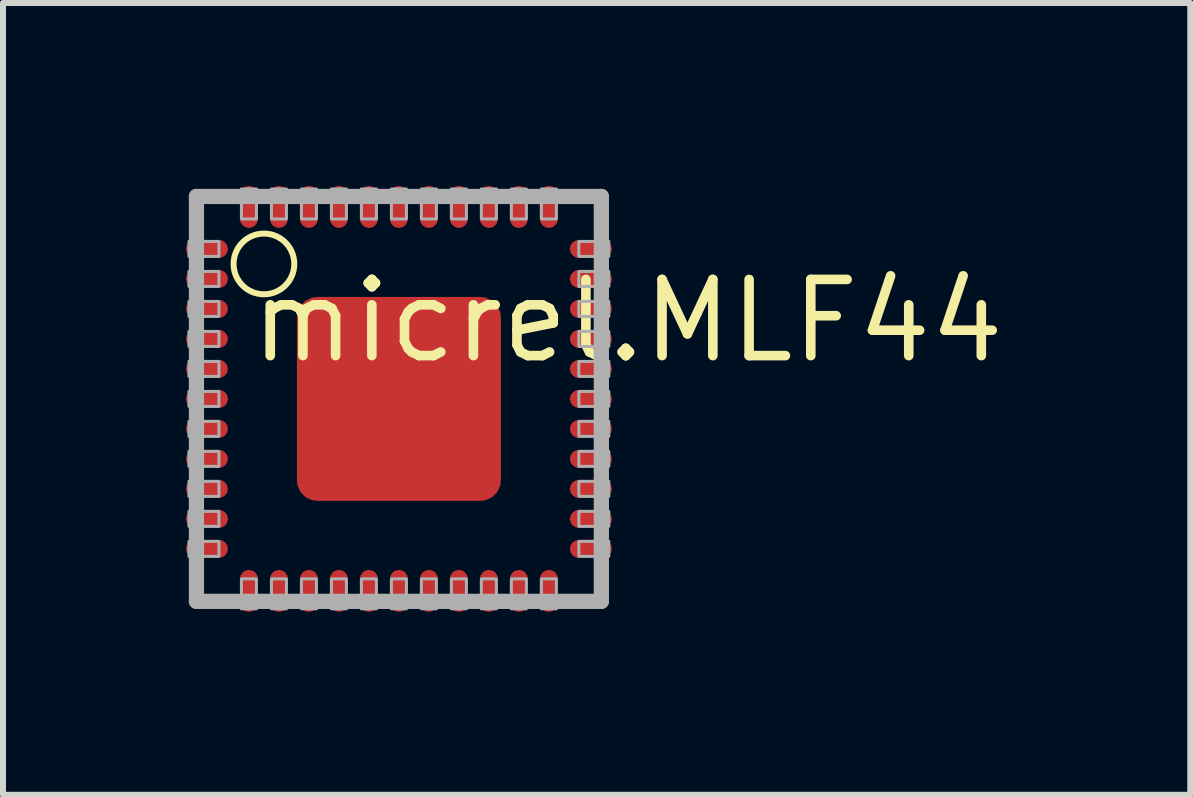
<source format=kicad_pcb>
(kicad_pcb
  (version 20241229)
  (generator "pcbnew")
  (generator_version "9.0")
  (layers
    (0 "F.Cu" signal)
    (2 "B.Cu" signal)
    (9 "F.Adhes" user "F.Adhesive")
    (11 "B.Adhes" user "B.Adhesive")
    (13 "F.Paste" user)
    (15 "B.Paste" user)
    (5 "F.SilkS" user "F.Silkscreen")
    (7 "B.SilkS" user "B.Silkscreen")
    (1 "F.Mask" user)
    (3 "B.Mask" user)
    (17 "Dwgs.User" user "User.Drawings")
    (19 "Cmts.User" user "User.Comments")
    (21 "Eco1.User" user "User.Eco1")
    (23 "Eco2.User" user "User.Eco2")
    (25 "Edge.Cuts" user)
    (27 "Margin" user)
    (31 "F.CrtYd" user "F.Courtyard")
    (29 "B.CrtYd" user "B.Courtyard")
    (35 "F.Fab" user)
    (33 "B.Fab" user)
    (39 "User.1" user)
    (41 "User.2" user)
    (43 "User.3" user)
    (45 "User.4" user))
  (footprint "micrel.MLF44"
    (layer "F.Cu")
    (at 3.6 3.6)
    (property "Reference" "micrel.MLF44" (at -2.552 -0.558 0) (layer "F.SilkS") (effects (font (size 1.27 1.27) (thickness 0.16)) (justify left bottom)))
    (attr smd)
    (fp_rect (start -3.575 -2.325) (end -2.825 -2.675) (stroke (width 0.05) (type default)) (fill yes) (layer "F.Mask"))
    (fp_rect (start -3.575 -1.825) (end -2.825 -2.175) (stroke (width 0.05) (type default)) (fill yes) (layer "F.Mask"))
    (fp_rect (start -3.575 -1.325) (end -2.825 -1.675) (stroke (width 0.05) (type default)) (fill yes) (layer "F.Mask"))
    (fp_rect (start -3.575 -0.825) (end -2.825 -1.175) (stroke (width 0.05) (type default)) (fill yes) (layer "F.Mask"))
    (fp_rect (start -3.575 -0.325) (end -2.825 -0.675) (stroke (width 0.05) (type default)) (fill yes) (layer "F.Mask"))
    (fp_rect (start -3.575 0.175) (end -2.825 -0.175) (stroke (width 0.05) (type default)) (fill yes) (layer "F.Mask"))
    (fp_rect (start -3.575 0.675) (end -2.825 0.325) (stroke (width 0.05) (type default)) (fill yes) (layer "F.Mask"))
    (fp_rect (start -3.575 1.175) (end -2.825 0.825) (stroke (width 0.05) (type default)) (fill yes) (layer "F.Mask"))
    (fp_rect (start -3.575 1.675) (end -2.825 1.325) (stroke (width 0.05) (type default)) (fill yes) (layer "F.Mask"))
    (fp_rect (start -3.575 2.175) (end -2.825 1.825) (stroke (width 0.05) (type default)) (fill yes) (layer "F.Mask"))
    (fp_rect (start -3.575 2.675) (end -2.825 2.325) (stroke (width 0.05) (type default)) (fill yes) (layer "F.Mask"))
    (fp_rect (start -2.675 -2.825) (end -2.325 -3.575) (stroke (width 0.05) (type default)) (fill yes) (layer "F.Mask"))
    (fp_rect (start -2.675 3.575) (end -2.325 2.825) (stroke (width 0.05) (type default)) (fill yes) (layer "F.Mask"))
    (fp_rect (start -2.175 -2.825) (end -1.825 -3.575) (stroke (width 0.05) (type default)) (fill yes) (layer "F.Mask"))
    (fp_rect (start -2.175 3.575) (end -1.825 2.825) (stroke (width 0.05) (type default)) (fill yes) (layer "F.Mask"))
    (fp_rect (start -1.75 1.875) (end 1.75 -1.75) (stroke (width 0.05) (type default)) (fill yes) (layer "F.Mask"))
    (fp_rect (start -1.675 -2.825) (end -1.325 -3.575) (stroke (width 0.05) (type default)) (fill yes) (layer "F.Mask"))
    (fp_rect (start -1.675 3.575) (end -1.325 2.825) (stroke (width 0.05) (type default)) (fill yes) (layer "F.Mask"))
    (fp_rect (start -1.175 -2.825) (end -0.825 -3.575) (stroke (width 0.05) (type default)) (fill yes) (layer "F.Mask"))
    (fp_rect (start -1.175 3.575) (end -0.825 2.825) (stroke (width 0.05) (type default)) (fill yes) (layer "F.Mask"))
    (fp_rect (start -0.675 -2.825) (end -0.325 -3.575) (stroke (width 0.05) (type default)) (fill yes) (layer "F.Mask"))
    (fp_rect (start -0.675 3.575) (end -0.325 2.825) (stroke (width 0.05) (type default)) (fill yes) (layer "F.Mask"))
    (fp_rect (start -0.175 -2.825) (end 0.175 -3.575) (stroke (width 0.05) (type default)) (fill yes) (layer "F.Mask"))
    (fp_rect (start -0.175 3.575) (end 0.175 2.825) (stroke (width 0.05) (type default)) (fill yes) (layer "F.Mask"))
    (fp_rect (start 0.325 -2.825) (end 0.675 -3.575) (stroke (width 0.05) (type default)) (fill yes) (layer "F.Mask"))
    (fp_rect (start 0.325 3.575) (end 0.675 2.825) (stroke (width 0.05) (type default)) (fill yes) (layer "F.Mask"))
    (fp_rect (start 0.825 -2.825) (end 1.175 -3.575) (stroke (width 0.05) (type default)) (fill yes) (layer "F.Mask"))
    (fp_rect (start 0.825 3.575) (end 1.175 2.825) (stroke (width 0.05) (type default)) (fill yes) (layer "F.Mask"))
    (fp_rect (start 1.325 -2.825) (end 1.675 -3.575) (stroke (width 0.05) (type default)) (fill yes) (layer "F.Mask"))
    (fp_rect (start 1.325 3.575) (end 1.675 2.825) (stroke (width 0.05) (type default)) (fill yes) (layer "F.Mask"))
    (fp_rect (start 1.825 -2.825) (end 2.175 -3.575) (stroke (width 0.05) (type default)) (fill yes) (layer "F.Mask"))
    (fp_rect (start 1.825 3.575) (end 2.175 2.825) (stroke (width 0.05) (type default)) (fill yes) (layer "F.Mask"))
    (fp_rect (start 2.325 -2.825) (end 2.675 -3.575) (stroke (width 0.05) (type default)) (fill yes) (layer "F.Mask"))
    (fp_rect (start 2.325 3.575) (end 2.675 2.825) (stroke (width 0.05) (type default)) (fill yes) (layer "F.Mask"))
    (fp_rect (start 2.825 -2.325) (end 3.575 -2.675) (stroke (width 0.05) (type default)) (fill yes) (layer "F.Mask"))
    (fp_rect (start 2.825 -1.825) (end 3.575 -2.175) (stroke (width 0.05) (type default)) (fill yes) (layer "F.Mask"))
    (fp_rect (start 2.825 -1.325) (end 3.575 -1.675) (stroke (width 0.05) (type default)) (fill yes) (layer "F.Mask"))
    (fp_rect (start 2.825 -0.825) (end 3.575 -1.175) (stroke (width 0.05) (type default)) (fill yes) (layer "F.Mask"))
    (fp_rect (start 2.825 -0.325) (end 3.575 -0.675) (stroke (width 0.05) (type default)) (fill yes) (layer "F.Mask"))
    (fp_rect (start 2.825 0.175) (end 3.575 -0.175) (stroke (width 0.05) (type default)) (fill yes) (layer "F.Mask"))
    (fp_rect (start 2.825 0.675) (end 3.575 0.325) (stroke (width 0.05) (type default)) (fill yes) (layer "F.Mask"))
    (fp_rect (start 2.825 1.175) (end 3.575 0.825) (stroke (width 0.05) (type default)) (fill yes) (layer "F.Mask"))
    (fp_rect (start 2.825 1.675) (end 3.575 1.325) (stroke (width 0.05) (type default)) (fill yes) (layer "F.Mask"))
    (fp_rect (start 2.825 2.175) (end 3.575 1.825) (stroke (width 0.05) (type default)) (fill yes) (layer "F.Mask"))
    (fp_rect (start 2.825 2.675) (end 3.575 2.325) (stroke (width 0.05) (type default)) (fill yes) (layer "F.Mask"))
    (fp_circle (center -2.25 -2.25) (end -1.744 -2.25) (stroke (width 0.1) (type default)) (fill no) (layer "F.SilkS"))
    (fp_rect (start -3.525 -2.375) (end -2.875 -2.625) (stroke (width 0.05) (type default)) (fill yes) (layer "F.Paste"))
    (fp_rect (start -3.525 -1.875) (end -2.875 -2.125) (stroke (width 0.05) (type default)) (fill yes) (layer "F.Paste"))
    (fp_rect (start -3.525 -1.375) (end -2.875 -1.625) (stroke (width 0.05) (type default)) (fill yes) (layer "F.Paste"))
    (fp_rect (start -3.525 -0.875) (end -2.875 -1.125) (stroke (width 0.05) (type default)) (fill yes) (layer "F.Paste"))
    (fp_rect (start -3.525 -0.375) (end -2.875 -0.625) (stroke (width 0.05) (type default)) (fill yes) (layer "F.Paste"))
    (fp_rect (start -3.525 0.125) (end -2.875 -0.125) (stroke (width 0.05) (type default)) (fill yes) (layer "F.Paste"))
    (fp_rect (start -3.525 0.625) (end -2.875 0.375) (stroke (width 0.05) (type default)) (fill yes) (layer "F.Paste"))
    (fp_rect (start -3.525 1.125) (end -2.875 0.875) (stroke (width 0.05) (type default)) (fill yes) (layer "F.Paste"))
    (fp_rect (start -3.525 1.625) (end -2.875 1.375) (stroke (width 0.05) (type default)) (fill yes) (layer "F.Paste"))
    (fp_rect (start -3.525 2.125) (end -2.875 1.875) (stroke (width 0.05) (type default)) (fill yes) (layer "F.Paste"))
    (fp_rect (start -3.525 2.625) (end -2.875 2.375) (stroke (width 0.05) (type default)) (fill yes) (layer "F.Paste"))
    (fp_rect (start -2.625 -2.875) (end -2.375 -3.525) (stroke (width 0.05) (type default)) (fill yes) (layer "F.Paste"))
    (fp_rect (start -2.625 3.525) (end -2.375 2.875) (stroke (width 0.05) (type default)) (fill yes) (layer "F.Paste"))
    (fp_rect (start -2.125 -2.875) (end -1.875 -3.525) (stroke (width 0.05) (type default)) (fill yes) (layer "F.Paste"))
    (fp_rect (start -2.125 3.525) (end -1.875 2.875) (stroke (width 0.05) (type default)) (fill yes) (layer "F.Paste"))
    (fp_rect (start -1.625 -2.875) (end -1.375 -3.525) (stroke (width 0.05) (type default)) (fill yes) (layer "F.Paste"))
    (fp_rect (start -1.625 3.525) (end -1.375 2.875) (stroke (width 0.05) (type default)) (fill yes) (layer "F.Paste"))
    (fp_rect (start -1.375 1.375) (end 1.375 -1.375) (stroke (width 0.05) (type default)) (fill yes) (layer "F.Paste"))
    (fp_rect (start -1.125 -2.875) (end -0.875 -3.525) (stroke (width 0.05) (type default)) (fill yes) (layer "F.Paste"))
    (fp_rect (start -1.125 3.525) (end -0.875 2.875) (stroke (width 0.05) (type default)) (fill yes) (layer "F.Paste"))
    (fp_rect (start -0.625 -2.875) (end -0.375 -3.525) (stroke (width 0.05) (type default)) (fill yes) (layer "F.Paste"))
    (fp_rect (start -0.625 3.525) (end -0.375 2.875) (stroke (width 0.05) (type default)) (fill yes) (layer "F.Paste"))
    (fp_rect (start -0.125 -2.875) (end 0.125 -3.525) (stroke (width 0.05) (type default)) (fill yes) (layer "F.Paste"))
    (fp_rect (start -0.125 3.525) (end 0.125 2.875) (stroke (width 0.05) (type default)) (fill yes) (layer "F.Paste"))
    (fp_rect (start 0.375 -2.875) (end 0.625 -3.525) (stroke (width 0.05) (type default)) (fill yes) (layer "F.Paste"))
    (fp_rect (start 0.375 3.525) (end 0.625 2.875) (stroke (width 0.05) (type default)) (fill yes) (layer "F.Paste"))
    (fp_rect (start 0.875 -2.875) (end 1.125 -3.525) (stroke (width 0.05) (type default)) (fill yes) (layer "F.Paste"))
    (fp_rect (start 0.875 3.525) (end 1.125 2.875) (stroke (width 0.05) (type default)) (fill yes) (layer "F.Paste"))
    (fp_rect (start 1.375 -2.875) (end 1.625 -3.525) (stroke (width 0.05) (type default)) (fill yes) (layer "F.Paste"))
    (fp_rect (start 1.375 3.525) (end 1.625 2.875) (stroke (width 0.05) (type default)) (fill yes) (layer "F.Paste"))
    (fp_rect (start 1.875 -2.875) (end 2.125 -3.525) (stroke (width 0.05) (type default)) (fill yes) (layer "F.Paste"))
    (fp_rect (start 1.875 3.525) (end 2.125 2.875) (stroke (width 0.05) (type default)) (fill yes) (layer "F.Paste"))
    (fp_rect (start 2.375 -2.875) (end 2.625 -3.525) (stroke (width 0.05) (type default)) (fill yes) (layer "F.Paste"))
    (fp_rect (start 2.375 3.525) (end 2.625 2.875) (stroke (width 0.05) (type default)) (fill yes) (layer "F.Paste"))
    (fp_rect (start 2.875 -2.375) (end 3.525 -2.625) (stroke (width 0.05) (type default)) (fill yes) (layer "F.Paste"))
    (fp_rect (start 2.875 -1.875) (end 3.525 -2.125) (stroke (width 0.05) (type default)) (fill yes) (layer "F.Paste"))
    (fp_rect (start 2.875 -1.375) (end 3.525 -1.625) (stroke (width 0.05) (type default)) (fill yes) (layer "F.Paste"))
    (fp_rect (start 2.875 -0.875) (end 3.525 -1.125) (stroke (width 0.05) (type default)) (fill yes) (layer "F.Paste"))
    (fp_rect (start 2.875 -0.375) (end 3.525 -0.625) (stroke (width 0.05) (type default)) (fill yes) (layer "F.Paste"))
    (fp_rect (start 2.875 0.125) (end 3.525 -0.125) (stroke (width 0.05) (type default)) (fill yes) (layer "F.Paste"))
    (fp_rect (start 2.875 0.625) (end 3.525 0.375) (stroke (width 0.05) (type default)) (fill yes) (layer "F.Paste"))
    (fp_rect (start 2.875 1.125) (end 3.525 0.875) (stroke (width 0.05) (type default)) (fill yes) (layer "F.Paste"))
    (fp_rect (start 2.875 1.625) (end 3.525 1.375) (stroke (width 0.05) (type default)) (fill yes) (layer "F.Paste"))
    (fp_rect (start 2.875 2.125) (end 3.525 1.875) (stroke (width 0.05) (type default)) (fill yes) (layer "F.Paste"))
    (fp_rect (start 2.875 2.625) (end 3.525 2.375) (stroke (width 0.05) (type default)) (fill yes) (layer "F.Paste"))
    (fp_line (start -3.375 -3.375) (end 3.375 -3.375) (stroke (width 0.254) (type default)) (layer "F.Fab"))
    (fp_line (start -3.375 3.375) (end -3.375 -3.375) (stroke (width 0.254) (type default)) (layer "F.Fab"))
    (fp_line (start 3.375 -3.375) (end 3.375 3.375) (stroke (width 0.254) (type default)) (layer "F.Fab"))
    (fp_line (start 3.375 3.375) (end -3.375 3.375) (stroke (width 0.254) (type default)) (layer "F.Fab"))
    (fp_rect (start -3.5 -2.375) (end -3 -2.625) (stroke (width 0.05) (type default)) (fill no) (layer "F.Fab"))
    (fp_rect (start -3.5 -1.875) (end -3 -2.125) (stroke (width 0.05) (type default)) (fill no) (layer "F.Fab"))
    (fp_rect (start -3.5 -1.375) (end -3 -1.625) (stroke (width 0.05) (type default)) (fill no) (layer "F.Fab"))
    (fp_rect (start -3.5 -0.875) (end -3 -1.125) (stroke (width 0.05) (type default)) (fill no) (layer "F.Fab"))
    (fp_rect (start -3.5 -0.375) (end -3 -0.625) (stroke (width 0.05) (type default)) (fill no) (layer "F.Fab"))
    (fp_rect (start -3.5 0.125) (end -3 -0.125) (stroke (width 0.05) (type default)) (fill no) (layer "F.Fab"))
    (fp_rect (start -3.5 0.625) (end -3 0.375) (stroke (width 0.05) (type default)) (fill no) (layer "F.Fab"))
    (fp_rect (start -3.5 1.125) (end -3 0.875) (stroke (width 0.05) (type default)) (fill no) (layer "F.Fab"))
    (fp_rect (start -3.5 1.625) (end -3 1.375) (stroke (width 0.05) (type default)) (fill no) (layer "F.Fab"))
    (fp_rect (start -3.5 2.125) (end -3 1.875) (stroke (width 0.05) (type default)) (fill no) (layer "F.Fab"))
    (fp_rect (start -3.5 2.625) (end -3 2.375) (stroke (width 0.05) (type default)) (fill no) (layer "F.Fab"))
    (fp_rect (start -2.625 -3) (end -2.375 -3.5) (stroke (width 0.05) (type default)) (fill no) (layer "F.Fab"))
    (fp_rect (start -2.625 3.5) (end -2.375 3) (stroke (width 0.05) (type default)) (fill no) (layer "F.Fab"))
    (fp_rect (start -2.125 -3) (end -1.875 -3.5) (stroke (width 0.05) (type default)) (fill no) (layer "F.Fab"))
    (fp_rect (start -2.125 3.5) (end -1.875 3) (stroke (width 0.05) (type default)) (fill no) (layer "F.Fab"))
    (fp_rect (start -1.625 -3) (end -1.375 -3.5) (stroke (width 0.05) (type default)) (fill no) (layer "F.Fab"))
    (fp_rect (start -1.625 3.5) (end -1.375 3) (stroke (width 0.05) (type default)) (fill no) (layer "F.Fab"))
    (fp_rect (start -1.125 -3) (end -0.875 -3.5) (stroke (width 0.05) (type default)) (fill no) (layer "F.Fab"))
    (fp_rect (start -1.125 3.5) (end -0.875 3) (stroke (width 0.05) (type default)) (fill no) (layer "F.Fab"))
    (fp_rect (start -0.625 -3) (end -0.375 -3.5) (stroke (width 0.05) (type default)) (fill no) (layer "F.Fab"))
    (fp_rect (start -0.625 3.5) (end -0.375 3) (stroke (width 0.05) (type default)) (fill no) (layer "F.Fab"))
    (fp_rect (start -0.125 -3) (end 0.125 -3.5) (stroke (width 0.05) (type default)) (fill no) (layer "F.Fab"))
    (fp_rect (start -0.125 3.5) (end 0.125 3) (stroke (width 0.05) (type default)) (fill no) (layer "F.Fab"))
    (fp_rect (start 0.375 -3) (end 0.625 -3.5) (stroke (width 0.05) (type default)) (fill no) (layer "F.Fab"))
    (fp_rect (start 0.375 3.5) (end 0.625 3) (stroke (width 0.05) (type default)) (fill no) (layer "F.Fab"))
    (fp_rect (start 0.875 -3) (end 1.125 -3.5) (stroke (width 0.05) (type default)) (fill no) (layer "F.Fab"))
    (fp_rect (start 0.875 3.5) (end 1.125 3) (stroke (width 0.05) (type default)) (fill no) (layer "F.Fab"))
    (fp_rect (start 1.375 -3) (end 1.625 -3.5) (stroke (width 0.05) (type default)) (fill no) (layer "F.Fab"))
    (fp_rect (start 1.375 3.5) (end 1.625 3) (stroke (width 0.05) (type default)) (fill no) (layer "F.Fab"))
    (fp_rect (start 1.875 -3) (end 2.125 -3.5) (stroke (width 0.05) (type default)) (fill no) (layer "F.Fab"))
    (fp_rect (start 1.875 3.5) (end 2.125 3) (stroke (width 0.05) (type default)) (fill no) (layer "F.Fab"))
    (fp_rect (start 2.375 -3) (end 2.625 -3.5) (stroke (width 0.05) (type default)) (fill no) (layer "F.Fab"))
    (fp_rect (start 2.375 3.5) (end 2.625 3) (stroke (width 0.05) (type default)) (fill no) (layer "F.Fab"))
    (fp_rect (start 3 -2.375) (end 3.5 -2.625) (stroke (width 0.05) (type default)) (fill no) (layer "F.Fab"))
    (fp_rect (start 3 -1.875) (end 3.5 -2.125) (stroke (width 0.05) (type default)) (fill no) (layer "F.Fab"))
    (fp_rect (start 3 -1.375) (end 3.5 -1.625) (stroke (width 0.05) (type default)) (fill no) (layer "F.Fab"))
    (fp_rect (start 3 -0.875) (end 3.5 -1.125) (stroke (width 0.05) (type default)) (fill no) (layer "F.Fab"))
    (fp_rect (start 3 -0.375) (end 3.5 -0.625) (stroke (width 0.05) (type default)) (fill no) (layer "F.Fab"))
    (fp_rect (start 3 0.125) (end 3.5 -0.125) (stroke (width 0.05) (type default)) (fill no) (layer "F.Fab"))
    (fp_rect (start 3 0.625) (end 3.5 0.375) (stroke (width 0.05) (type default)) (fill no) (layer "F.Fab"))
    (fp_rect (start 3 1.125) (end 3.5 0.875) (stroke (width 0.05) (type default)) (fill no) (layer "F.Fab"))
    (fp_rect (start 3 1.625) (end 3.5 1.375) (stroke (width 0.05) (type default)) (fill no) (layer "F.Fab"))
    (fp_rect (start 3 2.125) (end 3.5 1.875) (stroke (width 0.05) (type default)) (fill no) (layer "F.Fab"))
    (fp_rect (start 3 2.625) (end 3.5 2.375) (stroke (width 0.05) (type default)) (fill no) (layer "F.Fab"))
    (pad "1" smd roundrect (at -3.2 -2.5) (size 0.7 0.3) (layers "F.Cu" "F.Mask" "F.Paste") (roundrect_rratio 0.5))
    (pad "2" smd roundrect (at -3.2 -2) (size 0.7 0.3) (layers "F.Cu" "F.Mask" "F.Paste") (roundrect_rratio 0.5))
    (pad "3" smd roundrect (at -3.2 -1.5) (size 0.7 0.3) (layers "F.Cu" "F.Mask" "F.Paste") (roundrect_rratio 0.5))
    (pad "4" smd roundrect (at -3.2 -1) (size 0.7 0.3) (layers "F.Cu" "F.Mask" "F.Paste") (roundrect_rratio 0.5))
    (pad "5" smd roundrect (at -3.2 -0.5) (size 0.7 0.3) (layers "F.Cu" "F.Mask" "F.Paste") (roundrect_rratio 0.5))
    (pad "6" smd roundrect (at -3.2 0) (size 0.7 0.3) (layers "F.Cu" "F.Mask" "F.Paste") (roundrect_rratio 0.5))
    (pad "7" smd roundrect (at -3.2 0.5) (size 0.7 0.3) (layers "F.Cu" "F.Mask" "F.Paste") (roundrect_rratio 0.5))
    (pad "8" smd roundrect (at -3.2 1) (size 0.7 0.3) (layers "F.Cu" "F.Mask" "F.Paste") (roundrect_rratio 0.5))
    (pad "9" smd roundrect (at -3.2 1.5) (size 0.7 0.3) (layers "F.Cu" "F.Mask" "F.Paste") (roundrect_rratio 0.5))
    (pad "10" smd roundrect (at -3.2 2) (size 0.7 0.3) (layers "F.Cu" "F.Mask" "F.Paste") (roundrect_rratio 0.5))
    (pad "11" smd roundrect (at -3.2 2.5) (size 0.7 0.3) (layers "F.Cu" "F.Mask" "F.Paste") (roundrect_rratio 0.5))
    (pad "12" smd roundrect (at -2.5 3.2) (size 0.3 0.7) (layers "F.Cu" "F.Mask" "F.Paste") (roundrect_rratio 0.5))
    (pad "13" smd roundrect (at -2 3.2) (size 0.3 0.7) (layers "F.Cu" "F.Mask" "F.Paste") (roundrect_rratio 0.5))
    (pad "14" smd roundrect (at -1.5 3.2) (size 0.3 0.7) (layers "F.Cu" "F.Mask" "F.Paste") (roundrect_rratio 0.5))
    (pad "15" smd roundrect (at -1 3.2) (size 0.3 0.7) (layers "F.Cu" "F.Mask" "F.Paste") (roundrect_rratio 0.5))
    (pad "16" smd roundrect (at -0.5 3.2) (size 0.3 0.7) (layers "F.Cu" "F.Mask" "F.Paste") (roundrect_rratio 0.5))
    (pad "17" smd roundrect (at 0 3.2) (size 0.3 0.7) (layers "F.Cu" "F.Mask" "F.Paste") (roundrect_rratio 0.5))
    (pad "18" smd roundrect (at 0.5 3.2) (size 0.3 0.7) (layers "F.Cu" "F.Mask" "F.Paste") (roundrect_rratio 0.5))
    (pad "19" smd roundrect (at 1 3.2) (size 0.3 0.7) (layers "F.Cu" "F.Mask" "F.Paste") (roundrect_rratio 0.5))
    (pad "20" smd roundrect (at 1.5 3.2) (size 0.3 0.7) (layers "F.Cu" "F.Mask" "F.Paste") (roundrect_rratio 0.5))
    (pad "21" smd roundrect (at 2 3.2) (size 0.3 0.7) (layers "F.Cu" "F.Mask" "F.Paste") (roundrect_rratio 0.5))
    (pad "22" smd roundrect (at 2.5 3.2) (size 0.3 0.7) (layers "F.Cu" "F.Mask" "F.Paste") (roundrect_rratio 0.5))
    (pad "23" smd roundrect (at 3.2 2.5) (size 0.7 0.3) (layers "F.Cu" "F.Mask" "F.Paste") (roundrect_rratio 0.5))
    (pad "24" smd roundrect (at 3.2 2) (size 0.7 0.3) (layers "F.Cu" "F.Mask" "F.Paste") (roundrect_rratio 0.5))
    (pad "25" smd roundrect (at 3.2 1.5) (size 0.7 0.3) (layers "F.Cu" "F.Mask" "F.Paste") (roundrect_rratio 0.5))
    (pad "26" smd roundrect (at 3.2 1) (size 0.7 0.3) (layers "F.Cu" "F.Mask" "F.Paste") (roundrect_rratio 0.5))
    (pad "27" smd roundrect (at 3.2 0.5) (size 0.7 0.3) (layers "F.Cu" "F.Mask" "F.Paste") (roundrect_rratio 0.5))
    (pad "28" smd roundrect (at 3.2 0) (size 0.7 0.3) (layers "F.Cu" "F.Mask" "F.Paste") (roundrect_rratio 0.5))
    (pad "29" smd roundrect (at 3.2 -0.5) (size 0.7 0.3) (layers "F.Cu" "F.Mask" "F.Paste") (roundrect_rratio 0.5))
    (pad "30" smd roundrect (at 3.2 -1) (size 0.7 0.3) (layers "F.Cu" "F.Mask" "F.Paste") (roundrect_rratio 0.5))
    (pad "31" smd roundrect (at 3.2 -1.5) (size 0.7 0.3) (layers "F.Cu" "F.Mask" "F.Paste") (roundrect_rratio 0.5))
    (pad "32" smd roundrect (at 3.2 -2) (size 0.7 0.3) (layers "F.Cu" "F.Mask" "F.Paste") (roundrect_rratio 0.5))
    (pad "33" smd roundrect (at 3.2 -2.5) (size 0.7 0.3) (layers "F.Cu" "F.Mask" "F.Paste") (roundrect_rratio 0.5))
    (pad "34" smd roundrect (at 2.5 -3.2) (size 0.3 0.7) (layers "F.Cu" "F.Mask" "F.Paste") (roundrect_rratio 0.5))
    (pad "35" smd roundrect (at 2 -3.2) (size 0.3 0.7) (layers "F.Cu" "F.Mask" "F.Paste") (roundrect_rratio 0.5))
    (pad "36" smd roundrect (at 1.5 -3.2) (size 0.3 0.7) (layers "F.Cu" "F.Mask" "F.Paste") (roundrect_rratio 0.5))
    (pad "37" smd roundrect (at 1 -3.2) (size 0.3 0.7) (layers "F.Cu" "F.Mask" "F.Paste") (roundrect_rratio 0.5))
    (pad "38" smd roundrect (at 0.5 -3.2) (size 0.3 0.7) (layers "F.Cu" "F.Mask" "F.Paste") (roundrect_rratio 0.5))
    (pad "39" smd roundrect (at 0 -3.2) (size 0.3 0.7) (layers "F.Cu" "F.Mask" "F.Paste") (roundrect_rratio 0.5))
    (pad "40" smd roundrect (at -0.5 -3.2) (size 0.3 0.7) (layers "F.Cu" "F.Mask" "F.Paste") (roundrect_rratio 0.5))
    (pad "41" smd roundrect (at -1 -3.2) (size 0.3 0.7) (layers "F.Cu" "F.Mask" "F.Paste") (roundrect_rratio 0.5))
    (pad "42" smd roundrect (at -1.5 -3.2) (size 0.3 0.7) (layers "F.Cu" "F.Mask" "F.Paste") (roundrect_rratio 0.5))
    (pad "43" smd roundrect (at -2 -3.2) (size 0.3 0.7) (layers "F.Cu" "F.Mask" "F.Paste") (roundrect_rratio 0.5))
    (pad "44" smd roundrect (at -2.5 -3.2) (size 0.3 0.7) (layers "F.Cu" "F.Mask" "F.Paste") (roundrect_rratio 0.5))
    (pad "EXP" smd roundrect (at 0 0) (size 3.4 3.4) (layers "F.Cu" "F.Mask" "F.Paste") (roundrect_rratio 0.1)))
  (gr_rect
    (start -3 -3)
    (end 16.793 10.2)
    (stroke (width 0.1) (type default))
    (fill no)
    (layer "Edge.Cuts")))
</source>
